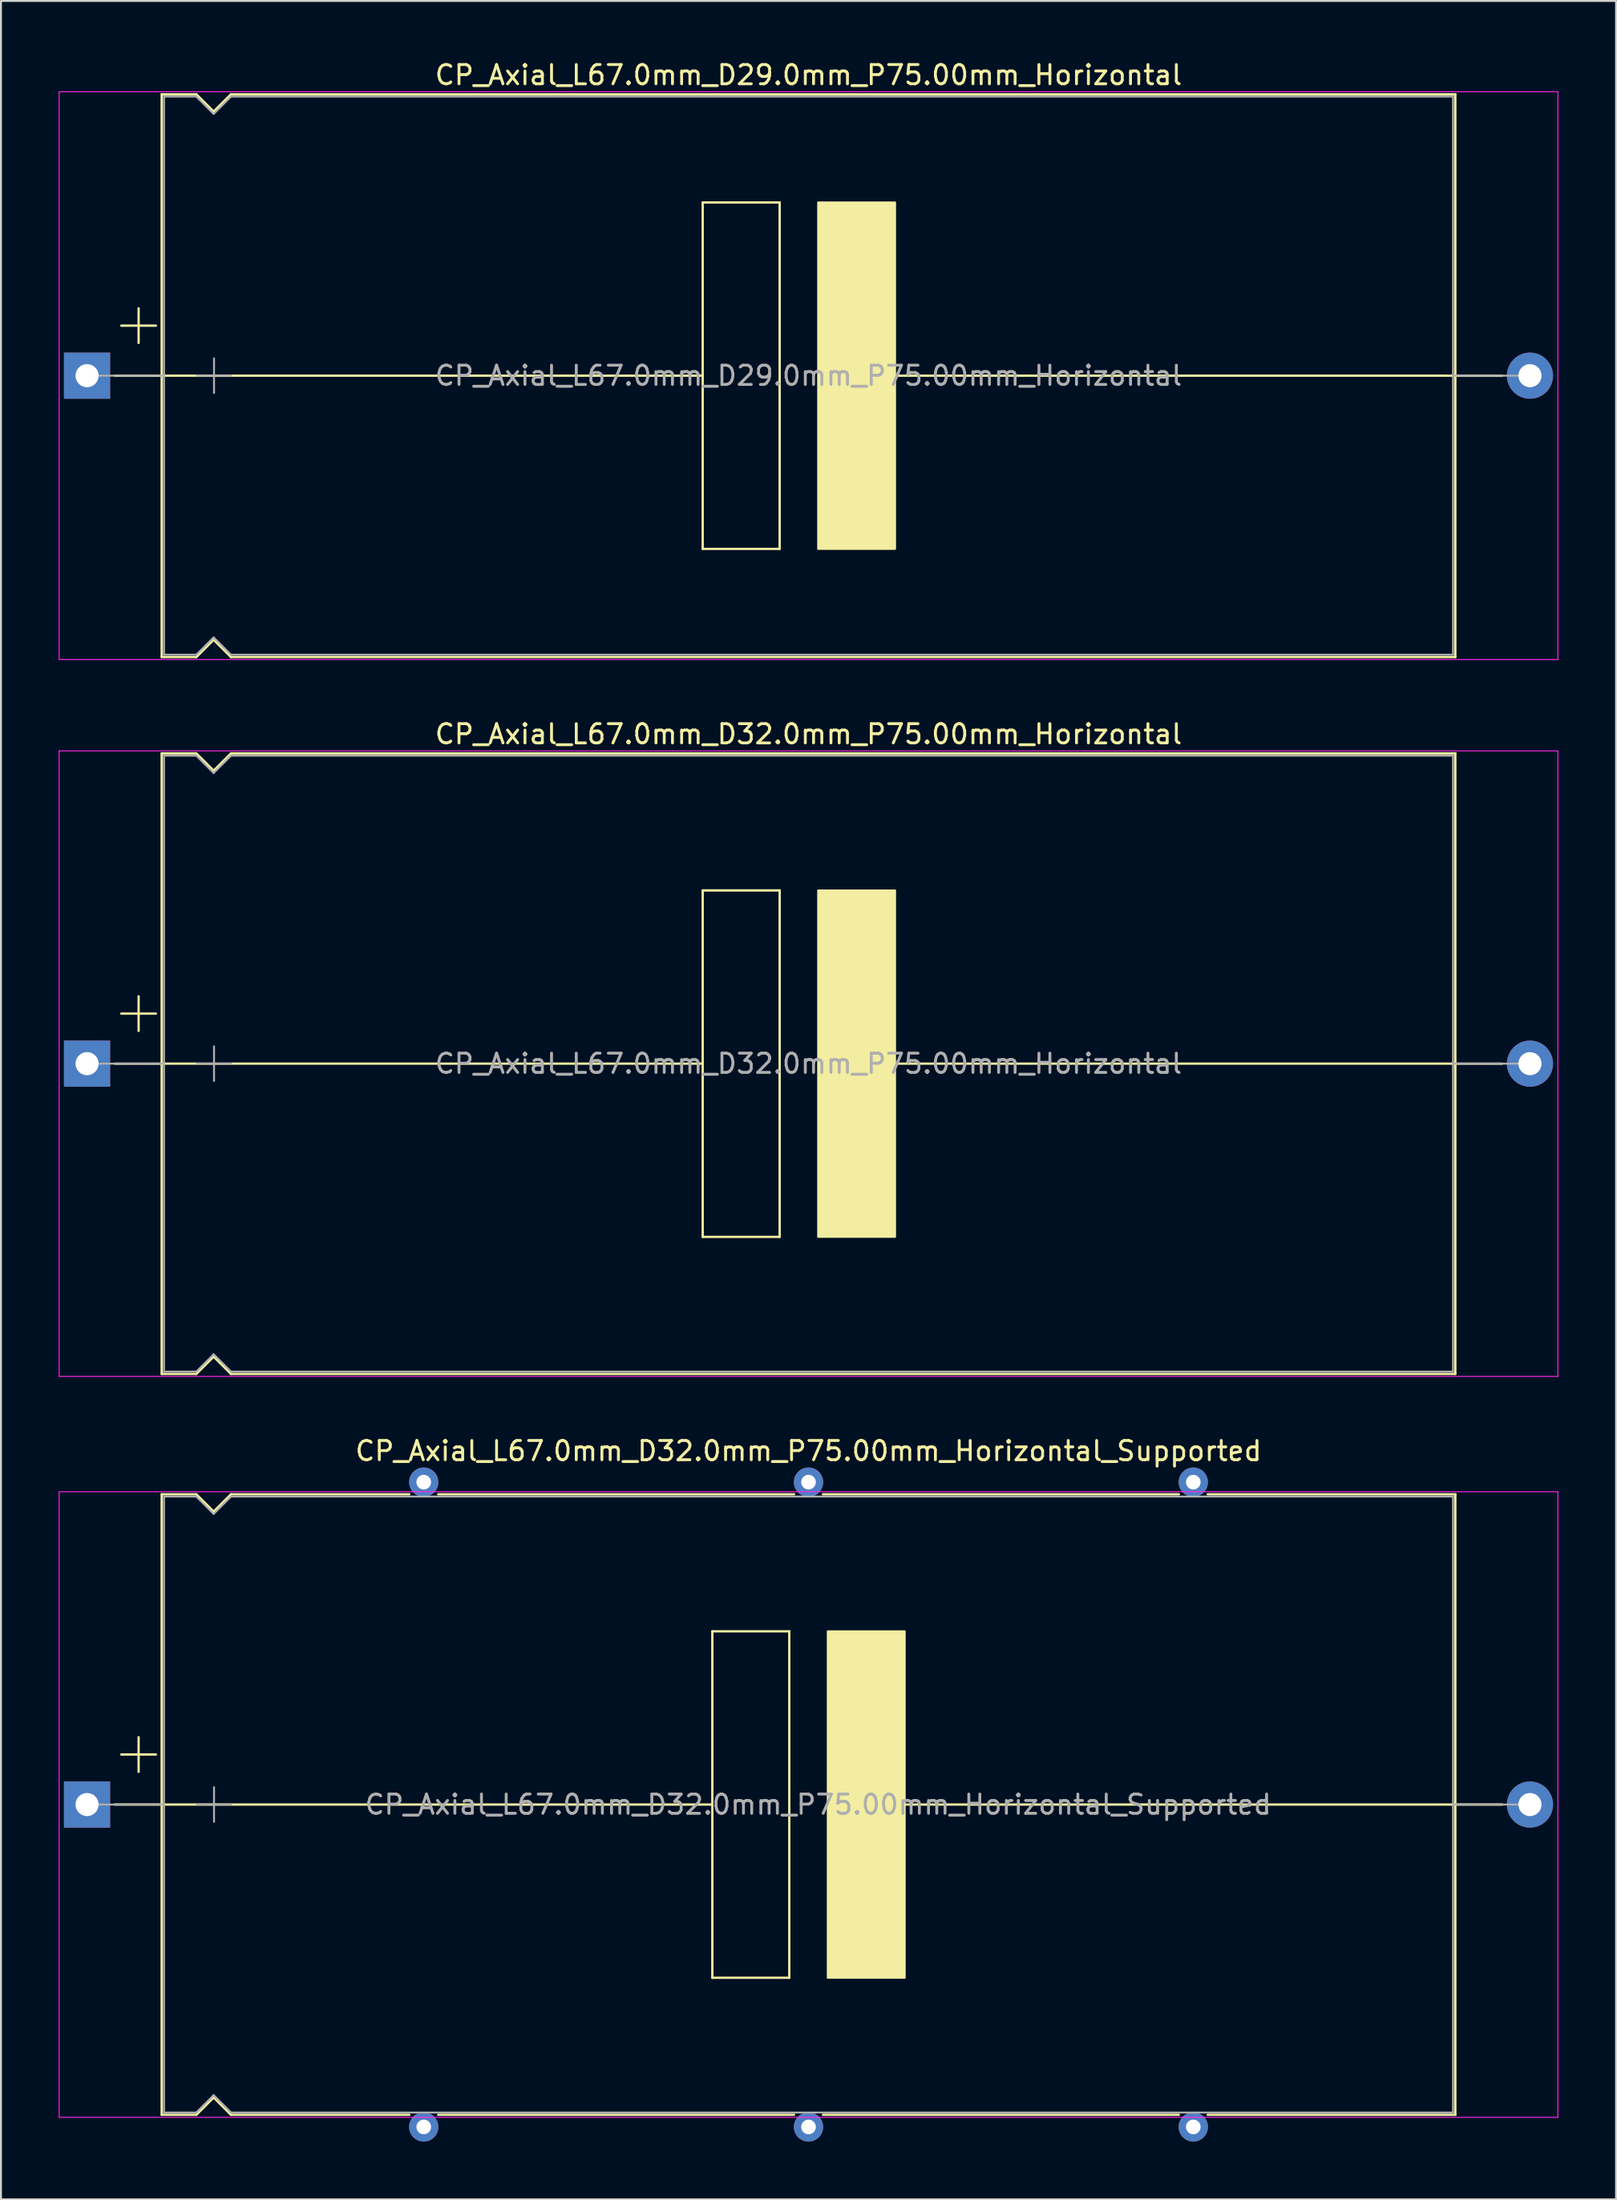
<source format=kicad_pcb>
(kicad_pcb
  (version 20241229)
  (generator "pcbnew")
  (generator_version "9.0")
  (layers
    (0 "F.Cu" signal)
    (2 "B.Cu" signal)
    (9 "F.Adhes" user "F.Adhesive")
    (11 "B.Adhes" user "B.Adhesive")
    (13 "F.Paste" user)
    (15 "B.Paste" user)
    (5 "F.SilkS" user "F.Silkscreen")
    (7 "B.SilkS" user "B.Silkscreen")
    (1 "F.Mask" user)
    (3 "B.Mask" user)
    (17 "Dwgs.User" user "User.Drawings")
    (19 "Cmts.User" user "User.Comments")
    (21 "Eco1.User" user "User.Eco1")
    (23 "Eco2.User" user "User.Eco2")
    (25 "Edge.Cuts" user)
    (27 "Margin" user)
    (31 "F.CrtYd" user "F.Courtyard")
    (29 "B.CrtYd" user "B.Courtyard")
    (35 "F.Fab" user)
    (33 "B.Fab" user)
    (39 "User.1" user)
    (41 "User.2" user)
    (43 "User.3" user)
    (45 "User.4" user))
  (footprint "CP_Axial_L67.0mm_D32.0mm_P75.00mm_Horizontal_Supported"
    (layer "F.Cu")
    (at 1.475 90.705)
    (property "Reference" "CP_Axial_L67.0mm_D32.0mm_P75.00mm_Horizontal_Supported" (at 37.5 -18.37 0) (layer "F.SilkS") (effects (font (size 1 1) (thickness 0.15))))
    (attr through_hole)
    (fp_line (start 1.44 0) (end 3.88 0) (stroke (width 0.12) (type solid)) (layer "F.SilkS"))
    (fp_line (start 1.78 -2.6) (end 3.58 -2.6) (stroke (width 0.12) (type solid)) (layer "F.SilkS"))
    (fp_line (start 2.68 -3.5) (end 2.68 -1.7) (stroke (width 0.12) (type solid)) (layer "F.SilkS"))
    (fp_line (start 3.88 -16.12) (end 3.88 16.12) (stroke (width 0.12) (type solid)) (layer "F.SilkS"))
    (fp_line (start 3.88 -16.12) (end 5.68 -16.12) (stroke (width 0.12) (type solid)) (layer "F.SilkS"))
    (fp_line (start 3.88 0) (end 32.5 0) (stroke (width 0.12) (type solid)) (layer "F.SilkS"))
    (fp_line (start 3.88 16.12) (end 5.68 16.12) (stroke (width 0.12) (type solid)) (layer "F.SilkS"))
    (fp_line (start 5.68 -16.12) (end 6.58 -15.22) (stroke (width 0.12) (type solid)) (layer "F.SilkS"))
    (fp_line (start 5.68 16.12) (end 6.58 15.22) (stroke (width 0.12) (type solid)) (layer "F.SilkS"))
    (fp_line (start 6.58 -15.22) (end 7.48 -16.12) (stroke (width 0.12) (type solid)) (layer "F.SilkS"))
    (fp_line (start 6.58 15.22) (end 7.48 16.12) (stroke (width 0.12) (type solid)) (layer "F.SilkS"))
    (fp_line (start 7.48 -16.12) (end 16.75 -16.12) (stroke (width 0.12) (type solid)) (layer "F.SilkS"))
    (fp_line (start 7.48 16.12) (end 16.75 16.12) (stroke (width 0.12) (type solid)) (layer "F.SilkS"))
    (fp_line (start 18.25 -16.12) (end 36.75 -16.12) (stroke (width 0.12) (type solid)) (layer "F.SilkS"))
    (fp_line (start 18.25 16.12) (end 36.75 16.12) (stroke (width 0.12) (type solid)) (layer "F.SilkS"))
    (fp_line (start 32.5 -9) (end 36.5 -9) (stroke (width 0.12) (type solid)) (layer "F.SilkS"))
    (fp_line (start 32.5 9) (end 32.5 -9) (stroke (width 0.12) (type solid)) (layer "F.SilkS"))
    (fp_line (start 36.5 -9) (end 36.5 9) (stroke (width 0.12) (type solid)) (layer "F.SilkS"))
    (fp_line (start 36.5 9) (end 32.5 9) (stroke (width 0.12) (type solid)) (layer "F.SilkS"))
    (fp_line (start 38.25 -16.12) (end 56.75 -16.12) (stroke (width 0.12) (type solid)) (layer "F.SilkS"))
    (fp_line (start 38.25 16.12) (end 56.75 16.12) (stroke (width 0.12) (type solid)) (layer "F.SilkS"))
    (fp_line (start 42 0) (end 71.12 0) (stroke (width 0.12) (type solid)) (layer "F.SilkS"))
    (fp_line (start 58.25 -16.12) (end 71.12 -16.12) (stroke (width 0.12) (type solid)) (layer "F.SilkS"))
    (fp_line (start 58.25 16.12) (end 71.12 16.12) (stroke (width 0.12) (type solid)) (layer "F.SilkS"))
    (fp_line (start 71.12 -16.12) (end 71.12 16.12) (stroke (width 0.12) (type solid)) (layer "F.SilkS"))
    (fp_line (start 73.56 0) (end 71.12 0) (stroke (width 0.12) (type solid)) (layer "F.SilkS"))
    (fp_poly (pts (xy 42.5 9) (xy 38.5 9) (xy 38.5 -9) (xy 42.5 -9)) (stroke (width 0.1) (type solid)) (fill yes) (layer "F.SilkS"))
    (fp_line (start -1.45 -16.25) (end -1.45 16.25) (stroke (width 0.05) (type solid)) (layer "F.CrtYd"))
    (fp_line (start -1.45 16.25) (end 76.45 16.25) (stroke (width 0.05) (type solid)) (layer "F.CrtYd"))
    (fp_line (start 76.45 -16.25) (end -1.45 -16.25) (stroke (width 0.05) (type solid)) (layer "F.CrtYd"))
    (fp_line (start 76.45 16.25) (end 76.45 -16.25) (stroke (width 0.05) (type solid)) (layer "F.CrtYd"))
    (fp_line (start 0 0) (end 4 0) (stroke (width 0.1) (type solid)) (layer "F.Fab"))
    (fp_line (start 4 -16) (end 4 16) (stroke (width 0.1) (type solid)) (layer "F.Fab"))
    (fp_line (start 4 -16) (end 5.68 -16) (stroke (width 0.1) (type solid)) (layer "F.Fab"))
    (fp_line (start 4 16) (end 5.68 16) (stroke (width 0.1) (type solid)) (layer "F.Fab"))
    (fp_line (start 5.68 -16) (end 6.58 -15.1) (stroke (width 0.1) (type solid)) (layer "F.Fab"))
    (fp_line (start 5.68 16) (end 6.58 15.1) (stroke (width 0.1) (type solid)) (layer "F.Fab"))
    (fp_line (start 5.7 0) (end 7.5 0) (stroke (width 0.1) (type solid)) (layer "F.Fab"))
    (fp_line (start 6.58 -15.1) (end 7.48 -16) (stroke (width 0.1) (type solid)) (layer "F.Fab"))
    (fp_line (start 6.58 15.1) (end 7.48 16) (stroke (width 0.1) (type solid)) (layer "F.Fab"))
    (fp_line (start 6.6 -0.9) (end 6.6 0.9) (stroke (width 0.1) (type solid)) (layer "F.Fab"))
    (fp_line (start 7.48 -16) (end 71 -16) (stroke (width 0.1) (type solid)) (layer "F.Fab"))
    (fp_line (start 7.48 16) (end 71 16) (stroke (width 0.1) (type solid)) (layer "F.Fab"))
    (fp_line (start 71 -16) (end 71 16) (stroke (width 0.1) (type solid)) (layer "F.Fab"))
    (fp_line (start 75 0) (end 71 0) (stroke (width 0.1) (type solid)) (layer "F.Fab"))
    (fp_text user "${REFERENCE}" (at 38 0 0) (layer "F.Fab") (effects (font (size 1 1) (thickness 0.15))))
    (pad "" thru_hole circle (at 17.5 -16.75) (size 1.524 1.524) (drill 0.762) (layers "*.Cu" "*.Mask"))
    (pad "" thru_hole circle (at 17.5 16.75) (size 1.524 1.524) (drill 0.762) (layers "*.Cu" "*.Mask"))
    (pad "" thru_hole circle (at 37.5 -16.75) (size 1.524 1.524) (drill 0.762) (layers "*.Cu" "*.Mask"))
    (pad "" thru_hole circle (at 37.5 16.75) (size 1.524 1.524) (drill 0.762) (layers "*.Cu" "*.Mask"))
    (pad "" thru_hole circle (at 57.5 -16.75) (size 1.524 1.524) (drill 0.762) (layers "*.Cu" "*.Mask"))
    (pad "" thru_hole circle (at 57.5 16.75) (size 1.524 1.524) (drill 0.762) (layers "*.Cu" "*.Mask"))
    (pad "1" thru_hole rect (at 0 0) (size 2.4 2.4) (drill 1.2) (layers "*.Cu" "*.Mask"))
    (pad "2" thru_hole oval (at 75 0) (size 2.4 2.4) (drill 1.2) (layers "*.Cu" "*.Mask")))
  (footprint "CP_Axial_L67.0mm_D29.0mm_P75.00mm_Horizontal"
    (layer "F.Cu")
    (at 1.475 16.468)
    (property "Reference" "CP_Axial_L67.0mm_D29.0mm_P75.00mm_Horizontal" (at 37.5 -15.62 0) (layer "F.SilkS") (effects (font (size 1 1) (thickness 0.15))))
    (attr through_hole)
    (fp_line (start 1.44 0) (end 3.88 0) (stroke (width 0.12) (type solid)) (layer "F.SilkS"))
    (fp_line (start 1.78 -2.6) (end 3.58 -2.6) (stroke (width 0.12) (type solid)) (layer "F.SilkS"))
    (fp_line (start 2.68 -3.5) (end 2.68 -1.7) (stroke (width 0.12) (type solid)) (layer "F.SilkS"))
    (fp_line (start 3.873 0) (end 32 0) (stroke (width 0.12) (type solid)) (layer "F.SilkS"))
    (fp_line (start 3.88 -14.62) (end 3.88 14.62) (stroke (width 0.12) (type solid)) (layer "F.SilkS"))
    (fp_line (start 3.88 -14.62) (end 5.68 -14.62) (stroke (width 0.12) (type solid)) (layer "F.SilkS"))
    (fp_line (start 3.88 14.62) (end 5.68 14.62) (stroke (width 0.12) (type solid)) (layer "F.SilkS"))
    (fp_line (start 5.68 -14.62) (end 6.58 -13.72) (stroke (width 0.12) (type solid)) (layer "F.SilkS"))
    (fp_line (start 5.68 14.62) (end 6.58 13.72) (stroke (width 0.12) (type solid)) (layer "F.SilkS"))
    (fp_line (start 6.58 -13.72) (end 7.48 -14.62) (stroke (width 0.12) (type solid)) (layer "F.SilkS"))
    (fp_line (start 6.58 13.72) (end 7.48 14.62) (stroke (width 0.12) (type solid)) (layer "F.SilkS"))
    (fp_line (start 7.48 -14.62) (end 71.12 -14.62) (stroke (width 0.12) (type solid)) (layer "F.SilkS"))
    (fp_line (start 7.48 14.62) (end 71.12 14.62) (stroke (width 0.12) (type solid)) (layer "F.SilkS"))
    (fp_line (start 32 -9) (end 36 -9) (stroke (width 0.12) (type solid)) (layer "F.SilkS"))
    (fp_line (start 32 9) (end 32 -9) (stroke (width 0.12) (type solid)) (layer "F.SilkS"))
    (fp_line (start 36 -9) (end 36 9) (stroke (width 0.12) (type solid)) (layer "F.SilkS"))
    (fp_line (start 36 9) (end 32 9) (stroke (width 0.12) (type solid)) (layer "F.SilkS"))
    (fp_line (start 42 0) (end 71.12 0) (stroke (width 0.12) (type solid)) (layer "F.SilkS"))
    (fp_line (start 71.12 -14.62) (end 71.12 14.62) (stroke (width 0.12) (type solid)) (layer "F.SilkS"))
    (fp_line (start 73.56 0) (end 71.12 0) (stroke (width 0.12) (type solid)) (layer "F.SilkS"))
    (fp_poly (pts (xy 42 9) (xy 38 9) (xy 38 -9) (xy 42 -9)) (stroke (width 0.1) (type solid)) (fill yes) (layer "F.SilkS"))
    (fp_line (start -1.45 -14.75) (end -1.45 14.75) (stroke (width 0.05) (type solid)) (layer "F.CrtYd"))
    (fp_line (start -1.45 14.75) (end 76.45 14.75) (stroke (width 0.05) (type solid)) (layer "F.CrtYd"))
    (fp_line (start 76.45 -14.75) (end -1.45 -14.75) (stroke (width 0.05) (type solid)) (layer "F.CrtYd"))
    (fp_line (start 76.45 14.75) (end 76.45 -14.75) (stroke (width 0.05) (type solid)) (layer "F.CrtYd"))
    (fp_line (start 0 0) (end 4 0) (stroke (width 0.1) (type solid)) (layer "F.Fab"))
    (fp_line (start 4 -14.5) (end 4 14.5) (stroke (width 0.1) (type solid)) (layer "F.Fab"))
    (fp_line (start 4 -14.5) (end 5.68 -14.5) (stroke (width 0.1) (type solid)) (layer "F.Fab"))
    (fp_line (start 4 14.5) (end 5.68 14.5) (stroke (width 0.1) (type solid)) (layer "F.Fab"))
    (fp_line (start 5.68 -14.5) (end 6.58 -13.6) (stroke (width 0.1) (type solid)) (layer "F.Fab"))
    (fp_line (start 5.68 14.5) (end 6.58 13.6) (stroke (width 0.1) (type solid)) (layer "F.Fab"))
    (fp_line (start 5.7 0) (end 7.5 0) (stroke (width 0.1) (type solid)) (layer "F.Fab"))
    (fp_line (start 6.58 -13.6) (end 7.48 -14.5) (stroke (width 0.1) (type solid)) (layer "F.Fab"))
    (fp_line (start 6.58 13.6) (end 7.48 14.5) (stroke (width 0.1) (type solid)) (layer "F.Fab"))
    (fp_line (start 6.6 -0.9) (end 6.6 0.9) (stroke (width 0.1) (type solid)) (layer "F.Fab"))
    (fp_line (start 7.48 -14.5) (end 71 -14.5) (stroke (width 0.1) (type solid)) (layer "F.Fab"))
    (fp_line (start 7.48 14.5) (end 71 14.5) (stroke (width 0.1) (type solid)) (layer "F.Fab"))
    (fp_line (start 71 -14.5) (end 71 14.5) (stroke (width 0.1) (type solid)) (layer "F.Fab"))
    (fp_line (start 75 0) (end 71 0) (stroke (width 0.1) (type solid)) (layer "F.Fab"))
    (fp_text user "${REFERENCE}" (at 37.5 0 0) (layer "F.Fab") (effects (font (size 1 1) (thickness 0.15))))
    (pad "1" thru_hole rect (at 0 0) (size 2.4 2.4) (drill 1.2) (layers "*.Cu" "*.Mask"))
    (pad "2" thru_hole oval (at 75 0) (size 2.4 2.4) (drill 1.2) (layers "*.Cu" "*.Mask")))
  (footprint "CP_Axial_L67.0mm_D32.0mm_P75.00mm_Horizontal"
    (layer "F.Cu")
    (at 1.475 52.212)
    (property "Reference" "CP_Axial_L67.0mm_D32.0mm_P75.00mm_Horizontal" (at 37.5 -17.12 0) (layer "F.SilkS") (effects (font (size 1 1) (thickness 0.15))))
    (attr through_hole)
    (fp_line (start 1.44 0) (end 3.88 0) (stroke (width 0.12) (type solid)) (layer "F.SilkS"))
    (fp_line (start 1.78 -2.6) (end 3.58 -2.6) (stroke (width 0.12) (type solid)) (layer "F.SilkS"))
    (fp_line (start 2.68 -3.5) (end 2.68 -1.7) (stroke (width 0.12) (type solid)) (layer "F.SilkS"))
    (fp_line (start 3.88 -16.12) (end 3.88 16.12) (stroke (width 0.12) (type solid)) (layer "F.SilkS"))
    (fp_line (start 3.88 -16.12) (end 5.68 -16.12) (stroke (width 0.12) (type solid)) (layer "F.SilkS"))
    (fp_line (start 3.88 0) (end 32 0) (stroke (width 0.12) (type solid)) (layer "F.SilkS"))
    (fp_line (start 3.88 16.12) (end 5.68 16.12) (stroke (width 0.12) (type solid)) (layer "F.SilkS"))
    (fp_line (start 5.68 -16.12) (end 6.58 -15.22) (stroke (width 0.12) (type solid)) (layer "F.SilkS"))
    (fp_line (start 5.68 16.12) (end 6.58 15.22) (stroke (width 0.12) (type solid)) (layer "F.SilkS"))
    (fp_line (start 6.58 -15.22) (end 7.48 -16.12) (stroke (width 0.12) (type solid)) (layer "F.SilkS"))
    (fp_line (start 6.58 15.22) (end 7.48 16.12) (stroke (width 0.12) (type solid)) (layer "F.SilkS"))
    (fp_line (start 7.48 -16.12) (end 71.12 -16.12) (stroke (width 0.12) (type solid)) (layer "F.SilkS"))
    (fp_line (start 7.48 16.12) (end 71.12 16.12) (stroke (width 0.12) (type solid)) (layer "F.SilkS"))
    (fp_line (start 32 -9) (end 36 -9) (stroke (width 0.12) (type solid)) (layer "F.SilkS"))
    (fp_line (start 32 9) (end 32 -9) (stroke (width 0.12) (type solid)) (layer "F.SilkS"))
    (fp_line (start 36 -9) (end 36 9) (stroke (width 0.12) (type solid)) (layer "F.SilkS"))
    (fp_line (start 36 9) (end 32 9) (stroke (width 0.12) (type solid)) (layer "F.SilkS"))
    (fp_line (start 42 0) (end 71.12 0) (stroke (width 0.12) (type solid)) (layer "F.SilkS"))
    (fp_line (start 71.12 -16.12) (end 71.12 16.12) (stroke (width 0.12) (type solid)) (layer "F.SilkS"))
    (fp_line (start 73.56 0) (end 71.12 0) (stroke (width 0.12) (type solid)) (layer "F.SilkS"))
    (fp_poly (pts (xy 42 9) (xy 38 9) (xy 38 -9) (xy 42 -9)) (stroke (width 0.1) (type solid)) (fill yes) (layer "F.SilkS"))
    (fp_line (start -1.45 -16.25) (end -1.45 16.25) (stroke (width 0.05) (type solid)) (layer "F.CrtYd"))
    (fp_line (start -1.45 16.25) (end 76.45 16.25) (stroke (width 0.05) (type solid)) (layer "F.CrtYd"))
    (fp_line (start 76.45 -16.25) (end -1.45 -16.25) (stroke (width 0.05) (type solid)) (layer "F.CrtYd"))
    (fp_line (start 76.45 16.25) (end 76.45 -16.25) (stroke (width 0.05) (type solid)) (layer "F.CrtYd"))
    (fp_line (start 0 0) (end 4 0) (stroke (width 0.1) (type solid)) (layer "F.Fab"))
    (fp_line (start 4 -16) (end 4 16) (stroke (width 0.1) (type solid)) (layer "F.Fab"))
    (fp_line (start 4 -16) (end 5.68 -16) (stroke (width 0.1) (type solid)) (layer "F.Fab"))
    (fp_line (start 4 16) (end 5.68 16) (stroke (width 0.1) (type solid)) (layer "F.Fab"))
    (fp_line (start 5.68 -16) (end 6.58 -15.1) (stroke (width 0.1) (type solid)) (layer "F.Fab"))
    (fp_line (start 5.68 16) (end 6.58 15.1) (stroke (width 0.1) (type solid)) (layer "F.Fab"))
    (fp_line (start 5.7 0) (end 7.5 0) (stroke (width 0.1) (type solid)) (layer "F.Fab"))
    (fp_line (start 6.58 -15.1) (end 7.48 -16) (stroke (width 0.1) (type solid)) (layer "F.Fab"))
    (fp_line (start 6.58 15.1) (end 7.48 16) (stroke (width 0.1) (type solid)) (layer "F.Fab"))
    (fp_line (start 6.6 -0.9) (end 6.6 0.9) (stroke (width 0.1) (type solid)) (layer "F.Fab"))
    (fp_line (start 7.48 -16) (end 71 -16) (stroke (width 0.1) (type solid)) (layer "F.Fab"))
    (fp_line (start 7.48 16) (end 71 16) (stroke (width 0.1) (type solid)) (layer "F.Fab"))
    (fp_line (start 71 -16) (end 71 16) (stroke (width 0.1) (type solid)) (layer "F.Fab"))
    (fp_line (start 75 0) (end 71 0) (stroke (width 0.1) (type solid)) (layer "F.Fab"))
    (fp_text user "${REFERENCE}" (at 37.5 0 0) (layer "F.Fab") (effects (font (size 1 1) (thickness 0.15))))
    (pad "1" thru_hole rect (at 0 0) (size 2.4 2.4) (drill 1.2) (layers "*.Cu" "*.Mask"))
    (pad "2" thru_hole oval (at 75 0) (size 2.4 2.4) (drill 1.2) (layers "*.Cu" "*.Mask")))
  (gr_rect
    (start -3 -3)
    (end 80.95 111.217)
    (stroke (width 0.1) (type default))
    (fill no)
    (layer "Edge.Cuts")))
</source>
